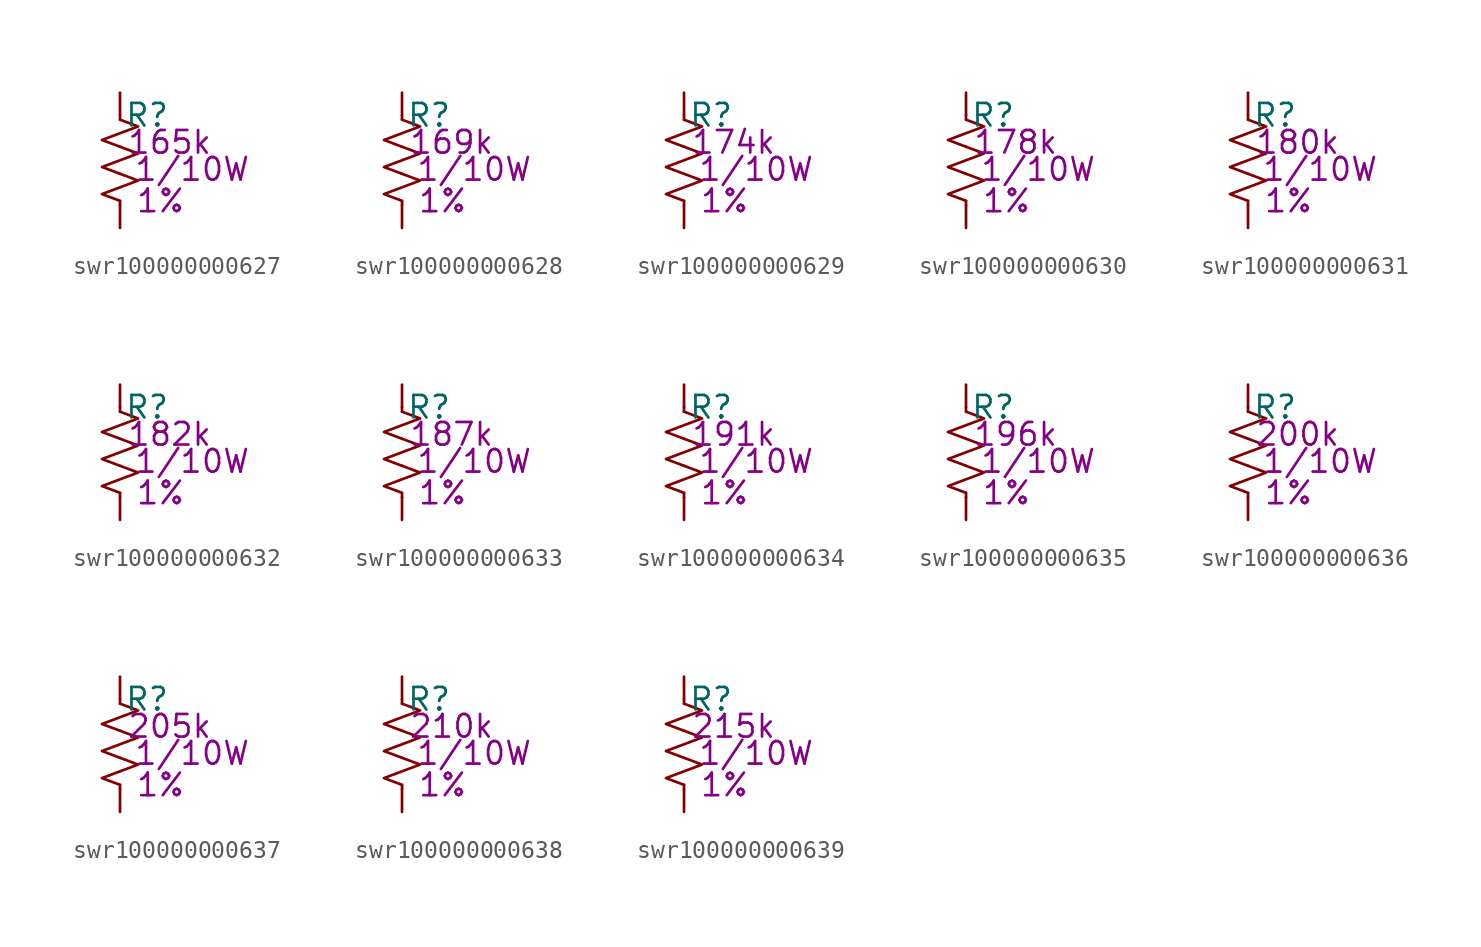
<source format=kicad_sym>
(kicad_symbol_lib
  (version 20211014)
  (generator kicad_symbol_editor)
  (symbol "swr100000000627"
    (pin_numbers hide)
    (pin_names
      (offset 1.016))
    (property "Reference" "R"
      (at 1.524 2.54 0)
      (effects (font (size 1.27 1.27))))
    (property "Tolerance" "1%"
      (at 2.286 -2.286 0)
      (effects (font (size 1.27 1.27))))
    (property "Wattage" "1/10W"
      (at 4.064 -0.508 0)
      (effects (font (size 1.27 1.27))))
    (property "PartValue" "165k"
      (at 2.794 1.016 0)
      (effects (font (size 1.27 1.27))))
    (symbol "swr100000000627_1_1"
      (polyline (pts (xy 0 -2.286) (xy 0 -2.54)) (stroke (width 0) (type default) (color 0 0 0 0)) (fill (type none)))
      (polyline (pts (xy 0 2.286) (xy 0 2.54)) (stroke (width 0) (type default) (color 0 0 0 0)) (fill (type none)))
      (polyline (pts (xy 0 -0.762) (xy 1.016 -1.143) (xy 0 -1.524) (xy -1.016 -1.905) (xy 0 -2.286)) (stroke (width 0) (type default) (color 0 0 0 0)) (fill (type none)))
      (polyline (pts (xy 0 0.762) (xy 1.016 0.381) (xy 0 0) (xy -1.016 -0.381) (xy 0 -0.762)) (stroke (width 0) (type default) (color 0 0 0 0)) (fill (type none)))
      (polyline (pts (xy 0 2.286) (xy 1.016 1.905) (xy 0 1.524) (xy -1.016 1.143) (xy 0 0.762)) (stroke (width 0) (type default) (color 0 0 0 0)) (fill (type none)))
      (pin passive line (at 0 3.81 270) (length 1.27) (name "~" (effects (font (size 1.27 1.27)))) (number "1" (effects (font (size 1.27 1.27)))))
      (pin passive line (at 0 -3.81 90) (length 1.27) (name "~" (effects (font (size 1.27 1.27)))) (number "2" (effects (font (size 1.27 1.27)))))))
  (symbol "swr100000000628"
    (pin_numbers hide)
    (pin_names
      (offset 1.016))
    (property "Reference" "R"
      (at 1.524 2.54 0)
      (effects (font (size 1.27 1.27))))
    (property "Tolerance" "1%"
      (at 2.286 -2.286 0)
      (effects (font (size 1.27 1.27))))
    (property "Wattage" "1/10W"
      (at 4.064 -0.508 0)
      (effects (font (size 1.27 1.27))))
    (property "PartValue" "169k"
      (at 2.794 1.016 0)
      (effects (font (size 1.27 1.27))))
    (symbol "swr100000000628_1_1"
      (polyline (pts (xy 0 -2.286) (xy 0 -2.54)) (stroke (width 0) (type default) (color 0 0 0 0)) (fill (type none)))
      (polyline (pts (xy 0 2.286) (xy 0 2.54)) (stroke (width 0) (type default) (color 0 0 0 0)) (fill (type none)))
      (polyline (pts (xy 0 -0.762) (xy 1.016 -1.143) (xy 0 -1.524) (xy -1.016 -1.905) (xy 0 -2.286)) (stroke (width 0) (type default) (color 0 0 0 0)) (fill (type none)))
      (polyline (pts (xy 0 0.762) (xy 1.016 0.381) (xy 0 0) (xy -1.016 -0.381) (xy 0 -0.762)) (stroke (width 0) (type default) (color 0 0 0 0)) (fill (type none)))
      (polyline (pts (xy 0 2.286) (xy 1.016 1.905) (xy 0 1.524) (xy -1.016 1.143) (xy 0 0.762)) (stroke (width 0) (type default) (color 0 0 0 0)) (fill (type none)))
      (pin passive line (at 0 3.81 270) (length 1.27) (name "~" (effects (font (size 1.27 1.27)))) (number "1" (effects (font (size 1.27 1.27)))))
      (pin passive line (at 0 -3.81 90) (length 1.27) (name "~" (effects (font (size 1.27 1.27)))) (number "2" (effects (font (size 1.27 1.27)))))))
  (symbol "swr100000000629"
    (pin_numbers hide)
    (pin_names
      (offset 1.016))
    (property "Reference" "R"
      (at 1.524 2.54 0)
      (effects (font (size 1.27 1.27))))
    (property "Tolerance" "1%"
      (at 2.286 -2.286 0)
      (effects (font (size 1.27 1.27))))
    (property "Wattage" "1/10W"
      (at 4.064 -0.508 0)
      (effects (font (size 1.27 1.27))))
    (property "PartValue" "174k"
      (at 2.794 1.016 0)
      (effects (font (size 1.27 1.27))))
    (symbol "swr100000000629_1_1"
      (polyline (pts (xy 0 -2.286) (xy 0 -2.54)) (stroke (width 0) (type default) (color 0 0 0 0)) (fill (type none)))
      (polyline (pts (xy 0 2.286) (xy 0 2.54)) (stroke (width 0) (type default) (color 0 0 0 0)) (fill (type none)))
      (polyline (pts (xy 0 -0.762) (xy 1.016 -1.143) (xy 0 -1.524) (xy -1.016 -1.905) (xy 0 -2.286)) (stroke (width 0) (type default) (color 0 0 0 0)) (fill (type none)))
      (polyline (pts (xy 0 0.762) (xy 1.016 0.381) (xy 0 0) (xy -1.016 -0.381) (xy 0 -0.762)) (stroke (width 0) (type default) (color 0 0 0 0)) (fill (type none)))
      (polyline (pts (xy 0 2.286) (xy 1.016 1.905) (xy 0 1.524) (xy -1.016 1.143) (xy 0 0.762)) (stroke (width 0) (type default) (color 0 0 0 0)) (fill (type none)))
      (pin passive line (at 0 3.81 270) (length 1.27) (name "~" (effects (font (size 1.27 1.27)))) (number "1" (effects (font (size 1.27 1.27)))))
      (pin passive line (at 0 -3.81 90) (length 1.27) (name "~" (effects (font (size 1.27 1.27)))) (number "2" (effects (font (size 1.27 1.27)))))))
  (symbol "swr100000000630"
    (pin_numbers hide)
    (pin_names
      (offset 1.016))
    (property "Reference" "R"
      (at 1.524 2.54 0)
      (effects (font (size 1.27 1.27))))
    (property "Tolerance" "1%"
      (at 2.286 -2.286 0)
      (effects (font (size 1.27 1.27))))
    (property "Wattage" "1/10W"
      (at 4.064 -0.508 0)
      (effects (font (size 1.27 1.27))))
    (property "PartValue" "178k"
      (at 2.794 1.016 0)
      (effects (font (size 1.27 1.27))))
    (symbol "swr100000000630_1_1"
      (polyline (pts (xy 0 -2.286) (xy 0 -2.54)) (stroke (width 0) (type default) (color 0 0 0 0)) (fill (type none)))
      (polyline (pts (xy 0 2.286) (xy 0 2.54)) (stroke (width 0) (type default) (color 0 0 0 0)) (fill (type none)))
      (polyline (pts (xy 0 -0.762) (xy 1.016 -1.143) (xy 0 -1.524) (xy -1.016 -1.905) (xy 0 -2.286)) (stroke (width 0) (type default) (color 0 0 0 0)) (fill (type none)))
      (polyline (pts (xy 0 0.762) (xy 1.016 0.381) (xy 0 0) (xy -1.016 -0.381) (xy 0 -0.762)) (stroke (width 0) (type default) (color 0 0 0 0)) (fill (type none)))
      (polyline (pts (xy 0 2.286) (xy 1.016 1.905) (xy 0 1.524) (xy -1.016 1.143) (xy 0 0.762)) (stroke (width 0) (type default) (color 0 0 0 0)) (fill (type none)))
      (pin passive line (at 0 3.81 270) (length 1.27) (name "~" (effects (font (size 1.27 1.27)))) (number "1" (effects (font (size 1.27 1.27)))))
      (pin passive line (at 0 -3.81 90) (length 1.27) (name "~" (effects (font (size 1.27 1.27)))) (number "2" (effects (font (size 1.27 1.27)))))))
  (symbol "swr100000000631"
    (pin_numbers hide)
    (pin_names
      (offset 1.016))
    (property "Reference" "R"
      (at 1.524 2.54 0)
      (effects (font (size 1.27 1.27))))
    (property "Tolerance" "1%"
      (at 2.286 -2.286 0)
      (effects (font (size 1.27 1.27))))
    (property "Wattage" "1/10W"
      (at 4.064 -0.508 0)
      (effects (font (size 1.27 1.27))))
    (property "PartValue" "180k"
      (at 2.794 1.016 0)
      (effects (font (size 1.27 1.27))))
    (symbol "swr100000000631_1_1"
      (polyline (pts (xy 0 -2.286) (xy 0 -2.54)) (stroke (width 0) (type default) (color 0 0 0 0)) (fill (type none)))
      (polyline (pts (xy 0 2.286) (xy 0 2.54)) (stroke (width 0) (type default) (color 0 0 0 0)) (fill (type none)))
      (polyline (pts (xy 0 -0.762) (xy 1.016 -1.143) (xy 0 -1.524) (xy -1.016 -1.905) (xy 0 -2.286)) (stroke (width 0) (type default) (color 0 0 0 0)) (fill (type none)))
      (polyline (pts (xy 0 0.762) (xy 1.016 0.381) (xy 0 0) (xy -1.016 -0.381) (xy 0 -0.762)) (stroke (width 0) (type default) (color 0 0 0 0)) (fill (type none)))
      (polyline (pts (xy 0 2.286) (xy 1.016 1.905) (xy 0 1.524) (xy -1.016 1.143) (xy 0 0.762)) (stroke (width 0) (type default) (color 0 0 0 0)) (fill (type none)))
      (pin passive line (at 0 3.81 270) (length 1.27) (name "~" (effects (font (size 1.27 1.27)))) (number "1" (effects (font (size 1.27 1.27)))))
      (pin passive line (at 0 -3.81 90) (length 1.27) (name "~" (effects (font (size 1.27 1.27)))) (number "2" (effects (font (size 1.27 1.27)))))))
  (symbol "swr100000000632"
    (pin_numbers hide)
    (pin_names
      (offset 1.016))
    (property "Reference" "R"
      (at 1.524 2.54 0)
      (effects (font (size 1.27 1.27))))
    (property "Tolerance" "1%"
      (at 2.286 -2.286 0)
      (effects (font (size 1.27 1.27))))
    (property "Wattage" "1/10W"
      (at 4.064 -0.508 0)
      (effects (font (size 1.27 1.27))))
    (property "PartValue" "182k"
      (at 2.794 1.016 0)
      (effects (font (size 1.27 1.27))))
    (symbol "swr100000000632_1_1"
      (polyline (pts (xy 0 -2.286) (xy 0 -2.54)) (stroke (width 0) (type default) (color 0 0 0 0)) (fill (type none)))
      (polyline (pts (xy 0 2.286) (xy 0 2.54)) (stroke (width 0) (type default) (color 0 0 0 0)) (fill (type none)))
      (polyline (pts (xy 0 -0.762) (xy 1.016 -1.143) (xy 0 -1.524) (xy -1.016 -1.905) (xy 0 -2.286)) (stroke (width 0) (type default) (color 0 0 0 0)) (fill (type none)))
      (polyline (pts (xy 0 0.762) (xy 1.016 0.381) (xy 0 0) (xy -1.016 -0.381) (xy 0 -0.762)) (stroke (width 0) (type default) (color 0 0 0 0)) (fill (type none)))
      (polyline (pts (xy 0 2.286) (xy 1.016 1.905) (xy 0 1.524) (xy -1.016 1.143) (xy 0 0.762)) (stroke (width 0) (type default) (color 0 0 0 0)) (fill (type none)))
      (pin passive line (at 0 3.81 270) (length 1.27) (name "~" (effects (font (size 1.27 1.27)))) (number "1" (effects (font (size 1.27 1.27)))))
      (pin passive line (at 0 -3.81 90) (length 1.27) (name "~" (effects (font (size 1.27 1.27)))) (number "2" (effects (font (size 1.27 1.27)))))))
  (symbol "swr100000000633"
    (pin_numbers hide)
    (pin_names
      (offset 1.016))
    (property "Reference" "R"
      (at 1.524 2.54 0)
      (effects (font (size 1.27 1.27))))
    (property "Tolerance" "1%"
      (at 2.286 -2.286 0)
      (effects (font (size 1.27 1.27))))
    (property "Wattage" "1/10W"
      (at 4.064 -0.508 0)
      (effects (font (size 1.27 1.27))))
    (property "PartValue" "187k"
      (at 2.794 1.016 0)
      (effects (font (size 1.27 1.27))))
    (symbol "swr100000000633_1_1"
      (polyline (pts (xy 0 -2.286) (xy 0 -2.54)) (stroke (width 0) (type default) (color 0 0 0 0)) (fill (type none)))
      (polyline (pts (xy 0 2.286) (xy 0 2.54)) (stroke (width 0) (type default) (color 0 0 0 0)) (fill (type none)))
      (polyline (pts (xy 0 -0.762) (xy 1.016 -1.143) (xy 0 -1.524) (xy -1.016 -1.905) (xy 0 -2.286)) (stroke (width 0) (type default) (color 0 0 0 0)) (fill (type none)))
      (polyline (pts (xy 0 0.762) (xy 1.016 0.381) (xy 0 0) (xy -1.016 -0.381) (xy 0 -0.762)) (stroke (width 0) (type default) (color 0 0 0 0)) (fill (type none)))
      (polyline (pts (xy 0 2.286) (xy 1.016 1.905) (xy 0 1.524) (xy -1.016 1.143) (xy 0 0.762)) (stroke (width 0) (type default) (color 0 0 0 0)) (fill (type none)))
      (pin passive line (at 0 3.81 270) (length 1.27) (name "~" (effects (font (size 1.27 1.27)))) (number "1" (effects (font (size 1.27 1.27)))))
      (pin passive line (at 0 -3.81 90) (length 1.27) (name "~" (effects (font (size 1.27 1.27)))) (number "2" (effects (font (size 1.27 1.27)))))))
  (symbol "swr100000000634"
    (pin_numbers hide)
    (pin_names
      (offset 1.016))
    (property "Reference" "R"
      (at 1.524 2.54 0)
      (effects (font (size 1.27 1.27))))
    (property "Tolerance" "1%"
      (at 2.286 -2.286 0)
      (effects (font (size 1.27 1.27))))
    (property "Wattage" "1/10W"
      (at 4.064 -0.508 0)
      (effects (font (size 1.27 1.27))))
    (property "PartValue" "191k"
      (at 2.794 1.016 0)
      (effects (font (size 1.27 1.27))))
    (symbol "swr100000000634_1_1"
      (polyline (pts (xy 0 -2.286) (xy 0 -2.54)) (stroke (width 0) (type default) (color 0 0 0 0)) (fill (type none)))
      (polyline (pts (xy 0 2.286) (xy 0 2.54)) (stroke (width 0) (type default) (color 0 0 0 0)) (fill (type none)))
      (polyline (pts (xy 0 -0.762) (xy 1.016 -1.143) (xy 0 -1.524) (xy -1.016 -1.905) (xy 0 -2.286)) (stroke (width 0) (type default) (color 0 0 0 0)) (fill (type none)))
      (polyline (pts (xy 0 0.762) (xy 1.016 0.381) (xy 0 0) (xy -1.016 -0.381) (xy 0 -0.762)) (stroke (width 0) (type default) (color 0 0 0 0)) (fill (type none)))
      (polyline (pts (xy 0 2.286) (xy 1.016 1.905) (xy 0 1.524) (xy -1.016 1.143) (xy 0 0.762)) (stroke (width 0) (type default) (color 0 0 0 0)) (fill (type none)))
      (pin passive line (at 0 3.81 270) (length 1.27) (name "~" (effects (font (size 1.27 1.27)))) (number "1" (effects (font (size 1.27 1.27)))))
      (pin passive line (at 0 -3.81 90) (length 1.27) (name "~" (effects (font (size 1.27 1.27)))) (number "2" (effects (font (size 1.27 1.27)))))))
  (symbol "swr100000000635"
    (pin_numbers hide)
    (pin_names
      (offset 1.016))
    (property "Reference" "R"
      (at 1.524 2.54 0)
      (effects (font (size 1.27 1.27))))
    (property "Tolerance" "1%"
      (at 2.286 -2.286 0)
      (effects (font (size 1.27 1.27))))
    (property "Wattage" "1/10W"
      (at 4.064 -0.508 0)
      (effects (font (size 1.27 1.27))))
    (property "PartValue" "196k"
      (at 2.794 1.016 0)
      (effects (font (size 1.27 1.27))))
    (symbol "swr100000000635_1_1"
      (polyline (pts (xy 0 -2.286) (xy 0 -2.54)) (stroke (width 0) (type default) (color 0 0 0 0)) (fill (type none)))
      (polyline (pts (xy 0 2.286) (xy 0 2.54)) (stroke (width 0) (type default) (color 0 0 0 0)) (fill (type none)))
      (polyline (pts (xy 0 -0.762) (xy 1.016 -1.143) (xy 0 -1.524) (xy -1.016 -1.905) (xy 0 -2.286)) (stroke (width 0) (type default) (color 0 0 0 0)) (fill (type none)))
      (polyline (pts (xy 0 0.762) (xy 1.016 0.381) (xy 0 0) (xy -1.016 -0.381) (xy 0 -0.762)) (stroke (width 0) (type default) (color 0 0 0 0)) (fill (type none)))
      (polyline (pts (xy 0 2.286) (xy 1.016 1.905) (xy 0 1.524) (xy -1.016 1.143) (xy 0 0.762)) (stroke (width 0) (type default) (color 0 0 0 0)) (fill (type none)))
      (pin passive line (at 0 3.81 270) (length 1.27) (name "~" (effects (font (size 1.27 1.27)))) (number "1" (effects (font (size 1.27 1.27)))))
      (pin passive line (at 0 -3.81 90) (length 1.27) (name "~" (effects (font (size 1.27 1.27)))) (number "2" (effects (font (size 1.27 1.27)))))))
  (symbol "swr100000000636"
    (pin_numbers hide)
    (pin_names
      (offset 1.016))
    (property "Reference" "R"
      (at 1.524 2.54 0)
      (effects (font (size 1.27 1.27))))
    (property "Tolerance" "1%"
      (at 2.286 -2.286 0)
      (effects (font (size 1.27 1.27))))
    (property "Wattage" "1/10W"
      (at 4.064 -0.508 0)
      (effects (font (size 1.27 1.27))))
    (property "PartValue" "200k"
      (at 2.794 1.016 0)
      (effects (font (size 1.27 1.27))))
    (symbol "swr100000000636_1_1"
      (polyline (pts (xy 0 -2.286) (xy 0 -2.54)) (stroke (width 0) (type default) (color 0 0 0 0)) (fill (type none)))
      (polyline (pts (xy 0 2.286) (xy 0 2.54)) (stroke (width 0) (type default) (color 0 0 0 0)) (fill (type none)))
      (polyline (pts (xy 0 -0.762) (xy 1.016 -1.143) (xy 0 -1.524) (xy -1.016 -1.905) (xy 0 -2.286)) (stroke (width 0) (type default) (color 0 0 0 0)) (fill (type none)))
      (polyline (pts (xy 0 0.762) (xy 1.016 0.381) (xy 0 0) (xy -1.016 -0.381) (xy 0 -0.762)) (stroke (width 0) (type default) (color 0 0 0 0)) (fill (type none)))
      (polyline (pts (xy 0 2.286) (xy 1.016 1.905) (xy 0 1.524) (xy -1.016 1.143) (xy 0 0.762)) (stroke (width 0) (type default) (color 0 0 0 0)) (fill (type none)))
      (pin passive line (at 0 3.81 270) (length 1.27) (name "~" (effects (font (size 1.27 1.27)))) (number "1" (effects (font (size 1.27 1.27)))))
      (pin passive line (at 0 -3.81 90) (length 1.27) (name "~" (effects (font (size 1.27 1.27)))) (number "2" (effects (font (size 1.27 1.27)))))))
  (symbol "swr100000000637"
    (pin_numbers hide)
    (pin_names
      (offset 1.016))
    (property "Reference" "R"
      (at 1.524 2.54 0)
      (effects (font (size 1.27 1.27))))
    (property "Tolerance" "1%"
      (at 2.286 -2.286 0)
      (effects (font (size 1.27 1.27))))
    (property "Wattage" "1/10W"
      (at 4.064 -0.508 0)
      (effects (font (size 1.27 1.27))))
    (property "PartValue" "205k"
      (at 2.794 1.016 0)
      (effects (font (size 1.27 1.27))))
    (symbol "swr100000000637_1_1"
      (polyline (pts (xy 0 -2.286) (xy 0 -2.54)) (stroke (width 0) (type default) (color 0 0 0 0)) (fill (type none)))
      (polyline (pts (xy 0 2.286) (xy 0 2.54)) (stroke (width 0) (type default) (color 0 0 0 0)) (fill (type none)))
      (polyline (pts (xy 0 -0.762) (xy 1.016 -1.143) (xy 0 -1.524) (xy -1.016 -1.905) (xy 0 -2.286)) (stroke (width 0) (type default) (color 0 0 0 0)) (fill (type none)))
      (polyline (pts (xy 0 0.762) (xy 1.016 0.381) (xy 0 0) (xy -1.016 -0.381) (xy 0 -0.762)) (stroke (width 0) (type default) (color 0 0 0 0)) (fill (type none)))
      (polyline (pts (xy 0 2.286) (xy 1.016 1.905) (xy 0 1.524) (xy -1.016 1.143) (xy 0 0.762)) (stroke (width 0) (type default) (color 0 0 0 0)) (fill (type none)))
      (pin passive line (at 0 3.81 270) (length 1.27) (name "~" (effects (font (size 1.27 1.27)))) (number "1" (effects (font (size 1.27 1.27)))))
      (pin passive line (at 0 -3.81 90) (length 1.27) (name "~" (effects (font (size 1.27 1.27)))) (number "2" (effects (font (size 1.27 1.27)))))))
  (symbol "swr100000000638"
    (pin_numbers hide)
    (pin_names
      (offset 1.016))
    (property "Reference" "R"
      (at 1.524 2.54 0)
      (effects (font (size 1.27 1.27))))
    (property "Tolerance" "1%"
      (at 2.286 -2.286 0)
      (effects (font (size 1.27 1.27))))
    (property "Wattage" "1/10W"
      (at 4.064 -0.508 0)
      (effects (font (size 1.27 1.27))))
    (property "PartValue" "210k"
      (at 2.794 1.016 0)
      (effects (font (size 1.27 1.27))))
    (symbol "swr100000000638_1_1"
      (polyline (pts (xy 0 -2.286) (xy 0 -2.54)) (stroke (width 0) (type default) (color 0 0 0 0)) (fill (type none)))
      (polyline (pts (xy 0 2.286) (xy 0 2.54)) (stroke (width 0) (type default) (color 0 0 0 0)) (fill (type none)))
      (polyline (pts (xy 0 -0.762) (xy 1.016 -1.143) (xy 0 -1.524) (xy -1.016 -1.905) (xy 0 -2.286)) (stroke (width 0) (type default) (color 0 0 0 0)) (fill (type none)))
      (polyline (pts (xy 0 0.762) (xy 1.016 0.381) (xy 0 0) (xy -1.016 -0.381) (xy 0 -0.762)) (stroke (width 0) (type default) (color 0 0 0 0)) (fill (type none)))
      (polyline (pts (xy 0 2.286) (xy 1.016 1.905) (xy 0 1.524) (xy -1.016 1.143) (xy 0 0.762)) (stroke (width 0) (type default) (color 0 0 0 0)) (fill (type none)))
      (pin passive line (at 0 3.81 270) (length 1.27) (name "~" (effects (font (size 1.27 1.27)))) (number "1" (effects (font (size 1.27 1.27)))))
      (pin passive line (at 0 -3.81 90) (length 1.27) (name "~" (effects (font (size 1.27 1.27)))) (number "2" (effects (font (size 1.27 1.27)))))))
  (symbol "swr100000000639"
    (pin_numbers hide)
    (pin_names
      (offset 1.016))
    (property "Reference" "R"
      (at 1.524 2.54 0)
      (effects (font (size 1.27 1.27))))
    (property "Tolerance" "1%"
      (at 2.286 -2.286 0)
      (effects (font (size 1.27 1.27))))
    (property "Wattage" "1/10W"
      (at 4.064 -0.508 0)
      (effects (font (size 1.27 1.27))))
    (property "PartValue" "215k"
      (at 2.794 1.016 0)
      (effects (font (size 1.27 1.27))))
    (symbol "swr100000000639_1_1"
      (polyline (pts (xy 0 -2.286) (xy 0 -2.54)) (stroke (width 0) (type default) (color 0 0 0 0)) (fill (type none)))
      (polyline (pts (xy 0 2.286) (xy 0 2.54)) (stroke (width 0) (type default) (color 0 0 0 0)) (fill (type none)))
      (polyline (pts (xy 0 -0.762) (xy 1.016 -1.143) (xy 0 -1.524) (xy -1.016 -1.905) (xy 0 -2.286)) (stroke (width 0) (type default) (color 0 0 0 0)) (fill (type none)))
      (polyline (pts (xy 0 0.762) (xy 1.016 0.381) (xy 0 0) (xy -1.016 -0.381) (xy 0 -0.762)) (stroke (width 0) (type default) (color 0 0 0 0)) (fill (type none)))
      (polyline (pts (xy 0 2.286) (xy 1.016 1.905) (xy 0 1.524) (xy -1.016 1.143) (xy 0 0.762)) (stroke (width 0) (type default) (color 0 0 0 0)) (fill (type none)))
      (pin passive line (at 0 3.81 270) (length 1.27) (name "~" (effects (font (size 1.27 1.27)))) (number "1" (effects (font (size 1.27 1.27)))))
      (pin passive line (at 0 -3.81 90) (length 1.27) (name "~" (effects (font (size 1.27 1.27)))) (number "2" (effects (font (size 1.27 1.27))))))))
</source>
